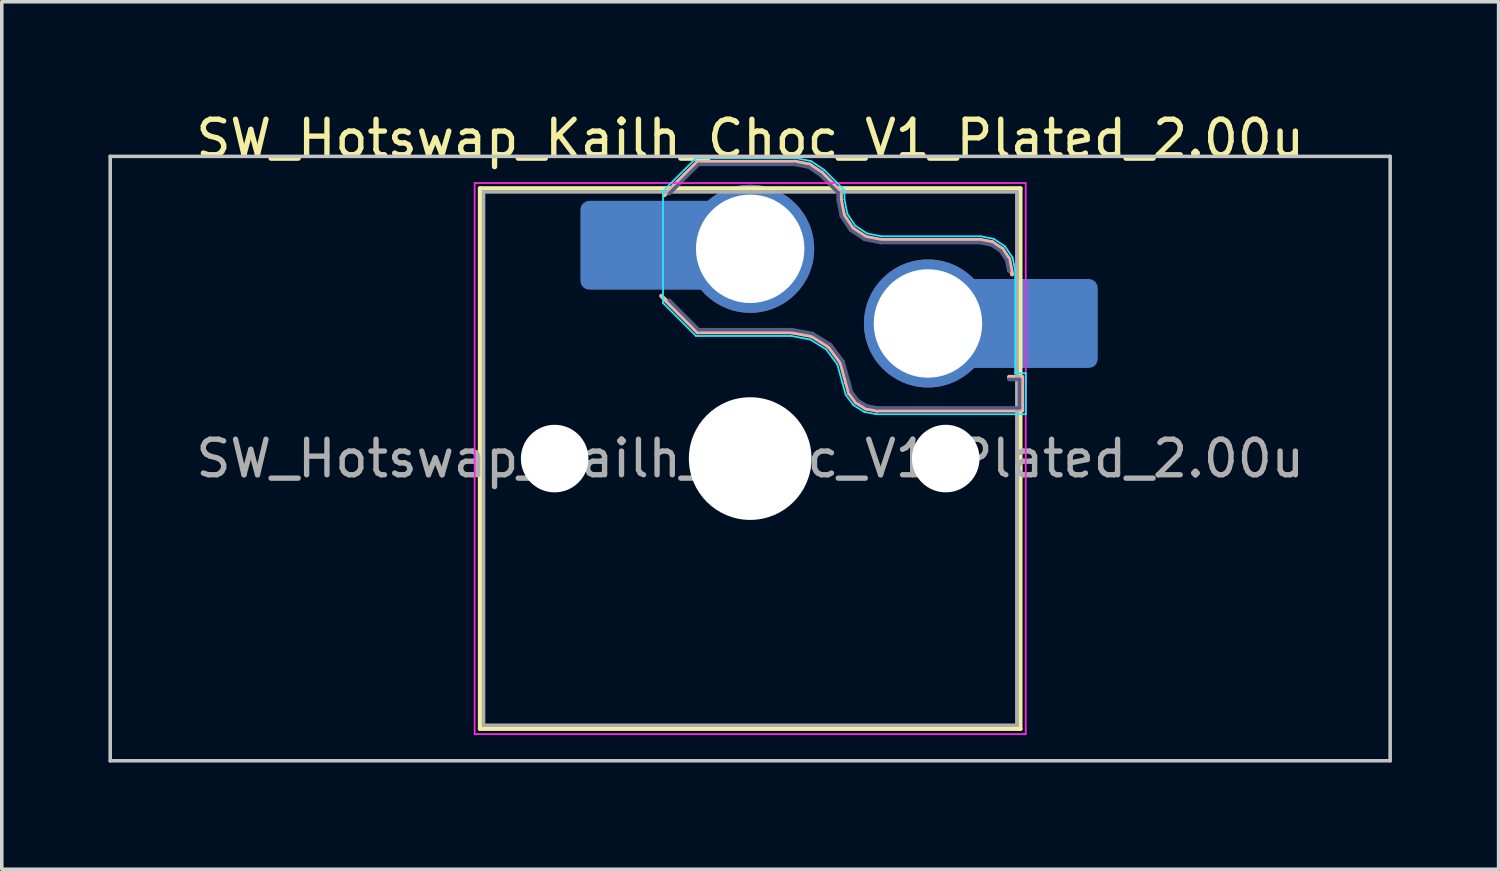
<source format=kicad_pcb>
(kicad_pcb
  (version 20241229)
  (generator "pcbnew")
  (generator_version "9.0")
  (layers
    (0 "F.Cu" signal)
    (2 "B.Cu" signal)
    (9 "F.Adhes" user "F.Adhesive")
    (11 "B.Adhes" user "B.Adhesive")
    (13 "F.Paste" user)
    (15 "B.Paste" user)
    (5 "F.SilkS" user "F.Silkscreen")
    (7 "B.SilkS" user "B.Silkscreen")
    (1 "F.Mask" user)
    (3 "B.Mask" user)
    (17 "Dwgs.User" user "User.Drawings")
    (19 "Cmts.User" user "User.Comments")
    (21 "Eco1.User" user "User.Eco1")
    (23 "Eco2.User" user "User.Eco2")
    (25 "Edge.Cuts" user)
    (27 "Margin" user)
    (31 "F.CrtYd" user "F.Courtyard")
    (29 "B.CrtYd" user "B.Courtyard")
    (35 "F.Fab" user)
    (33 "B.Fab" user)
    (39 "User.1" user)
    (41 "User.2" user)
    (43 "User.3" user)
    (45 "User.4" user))
  (footprint "SW_Hotswap_Kailh_Choc_V1_Plated_2.00u"
    (layer "F.Cu")
    (at 18.05 9.848)
    (property "Reference" "SW_Hotswap_Kailh_Choc_V1_Plated_2.00u" (at 0 -9 0) (layer "F.SilkS") (effects (font (size 1 1) (thickness 0.15))))
    (attr smd)
    (fp_line (start -7.6 -7.6) (end -7.6 7.6) (stroke (width 0.12) (type solid)) (layer "F.SilkS"))
    (fp_line (start -7.6 7.6) (end 7.6 7.6) (stroke (width 0.12) (type solid)) (layer "F.SilkS"))
    (fp_line (start 7.6 -7.6) (end -7.6 -7.6) (stroke (width 0.12) (type solid)) (layer "F.SilkS"))
    (fp_line (start 7.6 7.6) (end 7.6 -7.6) (stroke (width 0.12) (type solid)) (layer "F.SilkS"))
    (fp_line (start -2.416 -7.409) (end -1.479 -8.346) (stroke (width 0.12) (type solid)) (layer "B.SilkS"))
    (fp_line (start -1.479 -8.346) (end 1.268 -8.346) (stroke (width 0.12) (type solid)) (layer "B.SilkS"))
    (fp_line (start -1.479 -3.554) (end -2.5 -4.575) (stroke (width 0.12) (type solid)) (layer "B.SilkS"))
    (fp_line (start 1.168 -3.554) (end -1.479 -3.554) (stroke (width 0.12) (type solid)) (layer "B.SilkS"))
    (fp_line (start 1.268 -8.346) (end 1.671 -8.266) (stroke (width 0.12) (type solid)) (layer "B.SilkS"))
    (fp_line (start 1.671 -8.266) (end 2.013 -8.037) (stroke (width 0.12) (type solid)) (layer "B.SilkS"))
    (fp_line (start 1.73 -3.449) (end 1.168 -3.554) (stroke (width 0.12) (type solid)) (layer "B.SilkS"))
    (fp_line (start 2.013 -8.037) (end 2.546 -7.504) (stroke (width 0.12) (type solid)) (layer "B.SilkS"))
    (fp_line (start 2.209 -3.15) (end 1.73 -3.449) (stroke (width 0.12) (type solid)) (layer "B.SilkS"))
    (fp_line (start 2.546 -7.504) (end 2.546 -7.282) (stroke (width 0.12) (type solid)) (layer "B.SilkS"))
    (fp_line (start 2.546 -7.282) (end 2.633 -6.844) (stroke (width 0.12) (type solid)) (layer "B.SilkS"))
    (fp_line (start 2.547 -2.697) (end 2.209 -3.15) (stroke (width 0.12) (type solid)) (layer "B.SilkS"))
    (fp_line (start 2.633 -6.844) (end 2.877 -6.477) (stroke (width 0.12) (type solid)) (layer "B.SilkS"))
    (fp_line (start 2.701 -2.139) (end 2.547 -2.697) (stroke (width 0.12) (type solid)) (layer "B.SilkS"))
    (fp_line (start 2.783 -1.841) (end 2.701 -2.139) (stroke (width 0.12) (type solid)) (layer "B.SilkS"))
    (fp_line (start 2.877 -6.477) (end 3.244 -6.233) (stroke (width 0.12) (type solid)) (layer "B.SilkS"))
    (fp_line (start 2.976 -1.583) (end 2.783 -1.841) (stroke (width 0.12) (type solid)) (layer "B.SilkS"))
    (fp_line (start 3.244 -6.233) (end 3.682 -6.146) (stroke (width 0.12) (type solid)) (layer "B.SilkS"))
    (fp_line (start 3.25 -1.413) (end 2.976 -1.583) (stroke (width 0.12) (type solid)) (layer "B.SilkS"))
    (fp_line (start 3.56 -1.354) (end 3.25 -1.413) (stroke (width 0.12) (type solid)) (layer "B.SilkS"))
    (fp_line (start 3.682 -6.146) (end 6.482 -6.146) (stroke (width 0.12) (type solid)) (layer "B.SilkS"))
    (fp_line (start 6.482 -6.146) (end 6.809 -6.081) (stroke (width 0.12) (type solid)) (layer "B.SilkS"))
    (fp_line (start 6.809 -6.081) (end 7.092 -5.892) (stroke (width 0.12) (type solid)) (layer "B.SilkS"))
    (fp_line (start 7.092 -5.892) (end 7.281 -5.609) (stroke (width 0.12) (type solid)) (layer "B.SilkS"))
    (fp_line (start 7.281 -5.609) (end 7.366 -5.182) (stroke (width 0.12) (type solid)) (layer "B.SilkS"))
    (fp_line (start 7.283 -2.296) (end 7.646 -2.296) (stroke (width 0.12) (type solid)) (layer "B.SilkS"))
    (fp_line (start 7.646 -2.296) (end 7.646 -1.354) (stroke (width 0.12) (type solid)) (layer "B.SilkS"))
    (fp_line (start 7.646 -1.354) (end 3.56 -1.354) (stroke (width 0.12) (type solid)) (layer "B.SilkS"))
    (fp_line (start -18 -8.5) (end -18 8.5) (stroke (width 0.1) (type solid)) (layer "Dwgs.User"))
    (fp_line (start -18 8.5) (end 18 8.5) (stroke (width 0.1) (type solid)) (layer "Dwgs.User"))
    (fp_line (start 18 -8.5) (end -18 -8.5) (stroke (width 0.1) (type solid)) (layer "Dwgs.User"))
    (fp_line (start 18 8.5) (end 18 -8.5) (stroke (width 0.1) (type solid)) (layer "Dwgs.User"))
    (fp_line (start -7.25 -7.25) (end -7.25 7.25) (stroke (width 0.1) (type solid)) (layer "Eco1.User"))
    (fp_line (start -7.25 7.25) (end 7.25 7.25) (stroke (width 0.1) (type solid)) (layer "Eco1.User"))
    (fp_line (start 7.25 -7.25) (end -7.25 -7.25) (stroke (width 0.1) (type solid)) (layer "Eco1.User"))
    (fp_line (start 7.25 7.25) (end 7.25 -7.25) (stroke (width 0.1) (type solid)) (layer "Eco1.User"))
    (fp_line (start -2.452 -7.523) (end -1.523 -8.452) (stroke (width 0.05) (type solid)) (layer "B.CrtYd"))
    (fp_line (start -2.452 -4.377) (end -2.452 -7.523) (stroke (width 0.05) (type solid)) (layer "B.CrtYd"))
    (fp_line (start -1.523 -8.452) (end 1.278 -8.452) (stroke (width 0.05) (type solid)) (layer "B.CrtYd"))
    (fp_line (start -1.523 -3.448) (end -2.452 -4.377) (stroke (width 0.05) (type solid)) (layer "B.CrtYd"))
    (fp_line (start 1.159 -3.448) (end -1.523 -3.448) (stroke (width 0.05) (type solid)) (layer "B.CrtYd"))
    (fp_line (start 1.278 -8.452) (end 1.712 -8.366) (stroke (width 0.05) (type solid)) (layer "B.CrtYd"))
    (fp_line (start 1.691 -3.348) (end 1.159 -3.448) (stroke (width 0.05) (type solid)) (layer "B.CrtYd"))
    (fp_line (start 1.712 -8.366) (end 2.081 -8.119) (stroke (width 0.05) (type solid)) (layer "B.CrtYd"))
    (fp_line (start 2.081 -8.119) (end 2.652 -7.548) (stroke (width 0.05) (type solid)) (layer "B.CrtYd"))
    (fp_line (start 2.136 -3.071) (end 1.691 -3.348) (stroke (width 0.05) (type solid)) (layer "B.CrtYd"))
    (fp_line (start 2.45 -2.65) (end 2.136 -3.071) (stroke (width 0.05) (type solid)) (layer "B.CrtYd"))
    (fp_line (start 2.599 -2.111) (end 2.45 -2.65) (stroke (width 0.05) (type solid)) (layer "B.CrtYd"))
    (fp_line (start 2.652 -7.548) (end 2.652 -7.292) (stroke (width 0.05) (type solid)) (layer "B.CrtYd"))
    (fp_line (start 2.652 -7.292) (end 2.733 -6.885) (stroke (width 0.05) (type solid)) (layer "B.CrtYd"))
    (fp_line (start 2.687 -1.794) (end 2.599 -2.111) (stroke (width 0.05) (type solid)) (layer "B.CrtYd"))
    (fp_line (start 2.733 -6.885) (end 2.953 -6.553) (stroke (width 0.05) (type solid)) (layer "B.CrtYd"))
    (fp_line (start 2.903 -1.503) (end 2.687 -1.794) (stroke (width 0.05) (type solid)) (layer "B.CrtYd"))
    (fp_line (start 2.953 -6.553) (end 3.285 -6.333) (stroke (width 0.05) (type solid)) (layer "B.CrtYd"))
    (fp_line (start 3.211 -1.312) (end 2.903 -1.503) (stroke (width 0.05) (type solid)) (layer "B.CrtYd"))
    (fp_line (start 3.285 -6.333) (end 3.692 -6.252) (stroke (width 0.05) (type solid)) (layer "B.CrtYd"))
    (fp_line (start 3.55 -1.248) (end 3.211 -1.312) (stroke (width 0.05) (type solid)) (layer "B.CrtYd"))
    (fp_line (start 3.692 -6.252) (end 6.492 -6.252) (stroke (width 0.05) (type solid)) (layer "B.CrtYd"))
    (fp_line (start 6.492 -6.252) (end 6.85 -6.181) (stroke (width 0.05) (type solid)) (layer "B.CrtYd"))
    (fp_line (start 6.85 -6.181) (end 7.168 -5.968) (stroke (width 0.05) (type solid)) (layer "B.CrtYd"))
    (fp_line (start 7.168 -5.968) (end 7.381 -5.65) (stroke (width 0.05) (type solid)) (layer "B.CrtYd"))
    (fp_line (start 7.381 -5.65) (end 7.452 -5.292) (stroke (width 0.05) (type solid)) (layer "B.CrtYd"))
    (fp_line (start 7.452 -5.292) (end 7.452 -2.402) (stroke (width 0.05) (type solid)) (layer "B.CrtYd"))
    (fp_line (start 7.452 -2.402) (end 7.752 -2.402) (stroke (width 0.05) (type solid)) (layer "B.CrtYd"))
    (fp_line (start 7.752 -2.402) (end 7.752 -1.248) (stroke (width 0.05) (type solid)) (layer "B.CrtYd"))
    (fp_line (start 7.752 -1.248) (end 3.55 -1.248) (stroke (width 0.05) (type solid)) (layer "B.CrtYd"))
    (fp_line (start -7.75 -7.75) (end -7.75 7.75) (stroke (width 0.05) (type solid)) (layer "F.CrtYd"))
    (fp_line (start -7.75 7.75) (end 7.75 7.75) (stroke (width 0.05) (type solid)) (layer "F.CrtYd"))
    (fp_line (start 7.75 -7.75) (end -7.75 -7.75) (stroke (width 0.05) (type solid)) (layer "F.CrtYd"))
    (fp_line (start 7.75 7.75) (end 7.75 -7.75) (stroke (width 0.05) (type solid)) (layer "F.CrtYd"))
    (fp_line (start -2.275 -7.45) (end -1.45 -8.275) (stroke (width 0.1) (type solid)) (layer "B.Fab"))
    (fp_line (start -1.45 -8.275) (end 1.261 -8.275) (stroke (width 0.1) (type solid)) (layer "B.Fab"))
    (fp_line (start -1.45 -3.625) (end -2.275 -4.45) (stroke (width 0.1) (type solid)) (layer "B.Fab"))
    (fp_line (start 1.175 -3.625) (end -1.45 -3.625) (stroke (width 0.1) (type solid)) (layer "B.Fab"))
    (fp_line (start 1.261 -8.275) (end 1.643 -8.199) (stroke (width 0.1) (type solid)) (layer "B.Fab"))
    (fp_line (start 1.643 -8.199) (end 1.968 -7.982) (stroke (width 0.1) (type solid)) (layer "B.Fab"))
    (fp_line (start 1.756 -3.516) (end 1.175 -3.625) (stroke (width 0.1) (type solid)) (layer "B.Fab"))
    (fp_line (start 1.968 -7.982) (end 2.475 -7.475) (stroke (width 0.1) (type solid)) (layer "B.Fab"))
    (fp_line (start 2.258 -3.203) (end 1.756 -3.516) (stroke (width 0.1) (type solid)) (layer "B.Fab"))
    (fp_line (start 2.475 -7.475) (end 2.475 -7.275) (stroke (width 0.1) (type solid)) (layer "B.Fab"))
    (fp_line (start 2.475 -7.275) (end 2.566 -6.816) (stroke (width 0.1) (type solid)) (layer "B.Fab"))
    (fp_line (start 2.566 -6.816) (end 2.826 -6.426) (stroke (width 0.1) (type solid)) (layer "B.Fab"))
    (fp_line (start 2.612 -2.729) (end 2.258 -3.203) (stroke (width 0.1) (type solid)) (layer "B.Fab"))
    (fp_line (start 2.769 -2.158) (end 2.612 -2.729) (stroke (width 0.1) (type solid)) (layer "B.Fab"))
    (fp_line (start 2.826 -6.426) (end 3.216 -6.166) (stroke (width 0.1) (type solid)) (layer "B.Fab"))
    (fp_line (start 2.848 -1.873) (end 2.769 -2.158) (stroke (width 0.1) (type solid)) (layer "B.Fab"))
    (fp_line (start 3.025 -1.636) (end 2.848 -1.873) (stroke (width 0.1) (type solid)) (layer "B.Fab"))
    (fp_line (start 3.216 -6.166) (end 3.675 -6.075) (stroke (width 0.1) (type solid)) (layer "B.Fab"))
    (fp_line (start 3.276 -1.48) (end 3.025 -1.636) (stroke (width 0.1) (type solid)) (layer "B.Fab"))
    (fp_line (start 3.567 -1.425) (end 3.276 -1.48) (stroke (width 0.1) (type solid)) (layer "B.Fab"))
    (fp_line (start 3.675 -6.075) (end 6.475 -6.075) (stroke (width 0.1) (type solid)) (layer "B.Fab"))
    (fp_line (start 6.475 -6.075) (end 6.781 -6.014) (stroke (width 0.1) (type solid)) (layer "B.Fab"))
    (fp_line (start 6.781 -6.014) (end 7.041 -5.841) (stroke (width 0.1) (type solid)) (layer "B.Fab"))
    (fp_line (start 7.041 -5.841) (end 7.214 -5.581) (stroke (width 0.1) (type solid)) (layer "B.Fab"))
    (fp_line (start 7.214 -5.581) (end 7.275 -5.275) (stroke (width 0.1) (type solid)) (layer "B.Fab"))
    (fp_line (start 7.275 -2.225) (end 7.575 -2.225) (stroke (width 0.1) (type solid)) (layer "B.Fab"))
    (fp_line (start 7.575 -2.225) (end 7.575 -1.425) (stroke (width 0.1) (type solid)) (layer "B.Fab"))
    (fp_line (start 7.575 -1.425) (end 3.567 -1.425) (stroke (width 0.1) (type solid)) (layer "B.Fab"))
    (fp_line (start -7.5 -7.5) (end -7.5 7.5) (stroke (width 0.1) (type solid)) (layer "F.Fab"))
    (fp_line (start -7.5 7.5) (end 7.5 7.5) (stroke (width 0.1) (type solid)) (layer "F.Fab"))
    (fp_line (start 7.5 -7.5) (end -7.5 -7.5) (stroke (width 0.1) (type solid)) (layer "F.Fab"))
    (fp_line (start 7.5 7.5) (end 7.5 -7.5) (stroke (width 0.1) (type solid)) (layer "F.Fab"))
    (fp_text user "${REFERENCE}" (at 0 0 0) (layer "F.Fab") (effects (font (size 1 1) (thickness 0.15))))
    (pad "" np_thru_hole circle (at -5.5 0) (size 1.9 1.9) (drill 1.9) (layers "*.Cu" "*.Mask"))
    (pad "" smd roundrect (at -3.5 -6) (size 2.55 2.5) (layers "B.Mask" "B.Paste") (roundrect_rratio 0.1))
    (pad "" np_thru_hole circle (at 0 0) (size 3.45 3.45) (drill 3.45) (layers "*.Cu" "*.Mask"))
    (pad "" np_thru_hole circle (at 5.5 0) (size 1.9 1.9) (drill 1.9) (layers "*.Cu" "*.Mask"))
    (pad "" smd roundrect (at 8.5 -3.8) (size 2.55 2.5) (layers "B.Mask" "B.Paste") (roundrect_rratio 0.1))
    (pad "1" smd roundrect (at -2.85 -6) (size 3.85 2.5) (layers "B.Cu") (roundrect_rratio 0.1))
    (pad "1" thru_hole circle (at 0 -5.9) (size 3.6 3.6) (drill 3.05) (layers "*.Cu" "*.Mask"))
    (pad "2" thru_hole circle (at 5 -3.8) (size 3.6 3.6) (drill 3.05) (layers "*.Cu" "*.Mask"))
    (pad "2" smd roundrect (at 7.85 -3.8) (size 3.85 2.5) (layers "B.Cu") (roundrect_rratio 0.1)))
  (gr_rect
    (start -3 -3)
    (end 39.1 21.398)
    (stroke (width 0.1) (type default))
    (fill no)
    (layer "Edge.Cuts")))
</source>
